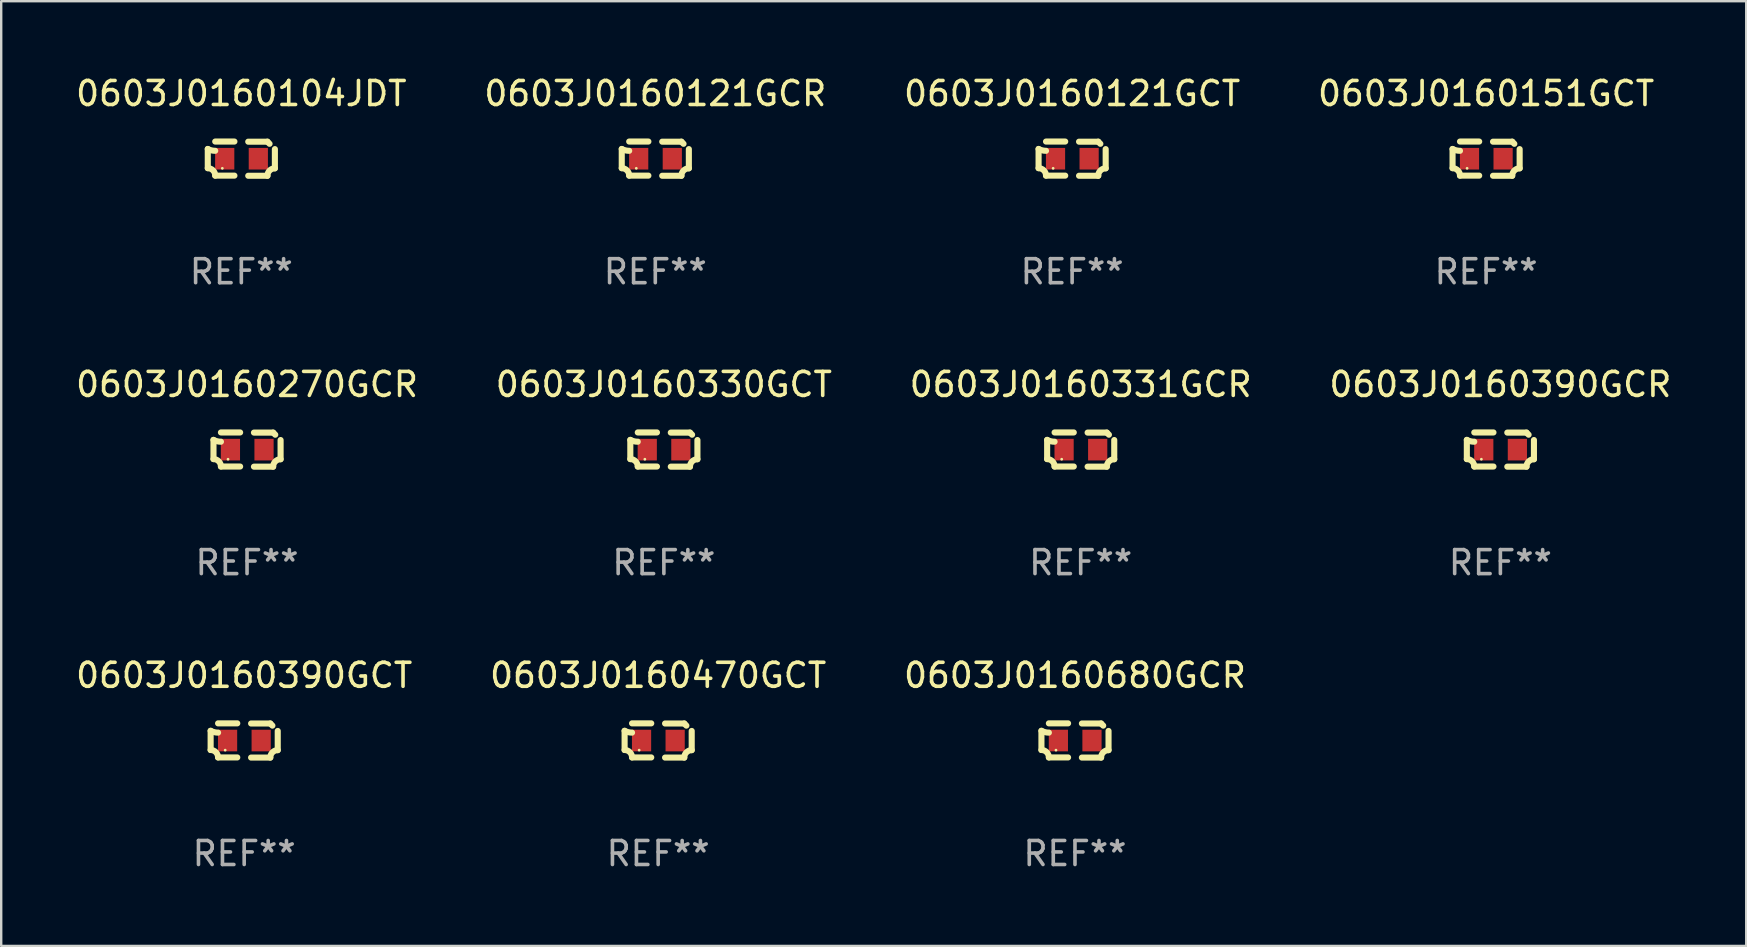
<source format=kicad_pcb>
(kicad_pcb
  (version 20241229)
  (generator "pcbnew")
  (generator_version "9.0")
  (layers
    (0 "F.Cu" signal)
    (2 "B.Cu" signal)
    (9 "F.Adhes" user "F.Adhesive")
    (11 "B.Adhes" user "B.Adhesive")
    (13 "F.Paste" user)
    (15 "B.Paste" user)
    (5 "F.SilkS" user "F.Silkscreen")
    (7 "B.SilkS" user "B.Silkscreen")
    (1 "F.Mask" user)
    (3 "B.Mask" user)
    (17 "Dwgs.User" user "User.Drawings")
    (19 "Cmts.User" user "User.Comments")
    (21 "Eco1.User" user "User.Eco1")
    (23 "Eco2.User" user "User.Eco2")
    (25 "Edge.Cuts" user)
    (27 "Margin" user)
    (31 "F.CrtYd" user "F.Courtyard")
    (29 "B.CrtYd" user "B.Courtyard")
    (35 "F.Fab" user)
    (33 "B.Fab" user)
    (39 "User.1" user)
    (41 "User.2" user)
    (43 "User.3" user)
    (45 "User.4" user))
  (footprint "0603J0160331GCR"
    (layer "F.Cu")
    (at 41.982 15.683)
    (property "Reference" "0603J0160331GCR" (at 0 -2.713 0) (layer "F.SilkS") (effects (font (size 1 1) (thickness 0.15))))
    (attr through_hole)
    (fp_line (start -1.398 -0.403) (end -1.398 0.397) (stroke (width 0.254) (type solid)) (layer "F.SilkS"))
    (fp_line (start -0.288 -0.713) (end -1.088 -0.713) (stroke (width 0.254) (type solid)) (layer "F.SilkS"))
    (fp_line (start -0.288 0.707) (end -1.088 0.707) (stroke (width 0.254) (type solid)) (layer "F.SilkS"))
    (fp_line (start 0.288 -0.707) (end 1.088 -0.707) (stroke (width 0.254) (type solid)) (layer "F.SilkS"))
    (fp_line (start 0.288 0.713) (end 1.088 0.713) (stroke (width 0.254) (type solid)) (layer "F.SilkS"))
    (fp_line (start 1.398 -0.397) (end 1.398 0.403) (stroke (width 0.254) (type solid)) (layer "F.SilkS"))
    (fp_arc (start -1.397789 0.397066) (mid -1.178701 0.487826) (end -1.08796 0.706922) (stroke (width 0.254001) (type solid)) (layer "F.SilkS"))
    (fp_arc (start -1.08796 -0.327176) (mid -1.247436 -0.346384) (end -1.39779 -0.402908) (stroke (width 0.254001) (type solid)) (layer "F.SilkS"))
    (fp_arc (start 1.087909 0.712738) (mid 1.178656 0.493655) (end 1.397739 0.402908) (stroke (width 0.254001) (type solid)) (layer "F.SilkS"))
    (fp_arc (start 1.175925 -0.618926) (mid 1.131917 -0.662923) (end 1.08791 -0.706922) (stroke (width 0.254001) (type solid)) (layer "F.SilkS"))
    (fp_circle (center -0.792 0.403) (end -0.762 0.403) (stroke (width 0.06) (type solid)) (fill no) (layer "F.SilkS"))
    (fp_text user "REF**" (at 0 4.713 0) (layer "F.Fab") (effects (font (size 1 1) (thickness 0.15))))
    (pad "1" smd rect (at -0.692 0.003) (size 0.8 0.9) (layers "F.Cu" "F.Mask" "F.Paste"))
    (pad "2" smd rect (at 0.708 0.003) (size 0.8 0.9) (layers "F.Cu" "F.Mask" "F.Paste")))
  (footprint "0603J0160390GCT"
    (layer "F.Cu")
    (at 7.125 27.805)
    (property "Reference" "0603J0160390GCT" (at 0 -2.713 0) (layer "F.SilkS") (effects (font (size 1 1) (thickness 0.15))))
    (attr through_hole)
    (fp_line (start -1.398 -0.403) (end -1.398 0.397) (stroke (width 0.254) (type solid)) (layer "F.SilkS"))
    (fp_line (start -0.288 -0.713) (end -1.088 -0.713) (stroke (width 0.254) (type solid)) (layer "F.SilkS"))
    (fp_line (start -0.288 0.707) (end -1.088 0.707) (stroke (width 0.254) (type solid)) (layer "F.SilkS"))
    (fp_line (start 0.288 -0.707) (end 1.088 -0.707) (stroke (width 0.254) (type solid)) (layer "F.SilkS"))
    (fp_line (start 0.288 0.713) (end 1.088 0.713) (stroke (width 0.254) (type solid)) (layer "F.SilkS"))
    (fp_line (start 1.398 -0.397) (end 1.398 0.403) (stroke (width 0.254) (type solid)) (layer "F.SilkS"))
    (fp_arc (start -1.397789 0.397066) (mid -1.178701 0.487826) (end -1.08796 0.706922) (stroke (width 0.254001) (type solid)) (layer "F.SilkS"))
    (fp_arc (start -1.08796 -0.327176) (mid -1.247436 -0.346384) (end -1.39779 -0.402908) (stroke (width 0.254001) (type solid)) (layer "F.SilkS"))
    (fp_arc (start 1.087909 0.712738) (mid 1.178656 0.493655) (end 1.397739 0.402908) (stroke (width 0.254001) (type solid)) (layer "F.SilkS"))
    (fp_arc (start 1.175925 -0.618926) (mid 1.131917 -0.662923) (end 1.08791 -0.706922) (stroke (width 0.254001) (type solid)) (layer "F.SilkS"))
    (fp_circle (center -0.792 0.403) (end -0.762 0.403) (stroke (width 0.06) (type solid)) (fill no) (layer "F.SilkS"))
    (fp_text user "REF**" (at 0 4.713 0) (layer "F.Fab") (effects (font (size 1 1) (thickness 0.15))))
    (pad "1" smd rect (at -0.692 0.003) (size 0.8 0.9) (layers "F.Cu" "F.Mask" "F.Paste"))
    (pad "2" smd rect (at 0.708 0.003) (size 0.8 0.9) (layers "F.Cu" "F.Mask" "F.Paste")))
  (footprint "0603J0160470GCT"
    (layer "F.Cu")
    (at 24.375 27.805)
    (property "Reference" "0603J0160470GCT" (at 0 -2.713 0) (layer "F.SilkS") (effects (font (size 1 1) (thickness 0.15))))
    (attr through_hole)
    (fp_line (start -1.398 -0.403) (end -1.398 0.397) (stroke (width 0.254) (type solid)) (layer "F.SilkS"))
    (fp_line (start -0.288 -0.713) (end -1.088 -0.713) (stroke (width 0.254) (type solid)) (layer "F.SilkS"))
    (fp_line (start -0.288 0.707) (end -1.088 0.707) (stroke (width 0.254) (type solid)) (layer "F.SilkS"))
    (fp_line (start 0.288 -0.707) (end 1.088 -0.707) (stroke (width 0.254) (type solid)) (layer "F.SilkS"))
    (fp_line (start 0.288 0.713) (end 1.088 0.713) (stroke (width 0.254) (type solid)) (layer "F.SilkS"))
    (fp_line (start 1.398 -0.397) (end 1.398 0.403) (stroke (width 0.254) (type solid)) (layer "F.SilkS"))
    (fp_arc (start -1.397789 0.397066) (mid -1.178701 0.487826) (end -1.08796 0.706922) (stroke (width 0.254001) (type solid)) (layer "F.SilkS"))
    (fp_arc (start -1.08796 -0.327176) (mid -1.247436 -0.346384) (end -1.39779 -0.402908) (stroke (width 0.254001) (type solid)) (layer "F.SilkS"))
    (fp_arc (start 1.087909 0.712738) (mid 1.178656 0.493655) (end 1.397739 0.402908) (stroke (width 0.254001) (type solid)) (layer "F.SilkS"))
    (fp_arc (start 1.175925 -0.618926) (mid 1.131917 -0.662923) (end 1.08791 -0.706922) (stroke (width 0.254001) (type solid)) (layer "F.SilkS"))
    (fp_circle (center -0.792 0.403) (end -0.762 0.403) (stroke (width 0.06) (type solid)) (fill no) (layer "F.SilkS"))
    (fp_text user "REF**" (at 0 4.713 0) (layer "F.Fab") (effects (font (size 1 1) (thickness 0.15))))
    (pad "1" smd rect (at -0.692 0.003) (size 0.8 0.9) (layers "F.Cu" "F.Mask" "F.Paste"))
    (pad "2" smd rect (at 0.708 0.003) (size 0.8 0.9) (layers "F.Cu" "F.Mask" "F.Paste")))
  (footprint "0603J0160104JDT"
    (layer "F.Cu")
    (at 7.006 3.561)
    (property "Reference" "0603J0160104JDT" (at 0 -2.713 0) (layer "F.SilkS") (effects (font (size 1 1) (thickness 0.15))))
    (attr through_hole)
    (fp_line (start -1.398 -0.403) (end -1.398 0.397) (stroke (width 0.254) (type solid)) (layer "F.SilkS"))
    (fp_line (start -0.288 -0.713) (end -1.088 -0.713) (stroke (width 0.254) (type solid)) (layer "F.SilkS"))
    (fp_line (start -0.288 0.707) (end -1.088 0.707) (stroke (width 0.254) (type solid)) (layer "F.SilkS"))
    (fp_line (start 0.288 -0.707) (end 1.088 -0.707) (stroke (width 0.254) (type solid)) (layer "F.SilkS"))
    (fp_line (start 0.288 0.713) (end 1.088 0.713) (stroke (width 0.254) (type solid)) (layer "F.SilkS"))
    (fp_line (start 1.398 -0.397) (end 1.398 0.403) (stroke (width 0.254) (type solid)) (layer "F.SilkS"))
    (fp_arc (start -1.397789 0.397066) (mid -1.178701 0.487826) (end -1.08796 0.706922) (stroke (width 0.254001) (type solid)) (layer "F.SilkS"))
    (fp_arc (start -1.08796 -0.327176) (mid -1.247436 -0.346384) (end -1.39779 -0.402908) (stroke (width 0.254001) (type solid)) (layer "F.SilkS"))
    (fp_arc (start 1.087909 0.712738) (mid 1.178656 0.493655) (end 1.397739 0.402908) (stroke (width 0.254001) (type solid)) (layer "F.SilkS"))
    (fp_arc (start 1.175925 -0.618926) (mid 1.131917 -0.662923) (end 1.08791 -0.706922) (stroke (width 0.254001) (type solid)) (layer "F.SilkS"))
    (fp_circle (center -0.792 0.403) (end -0.762 0.403) (stroke (width 0.06) (type solid)) (fill no) (layer "F.SilkS"))
    (fp_text user "REF**" (at 0 4.713 0) (layer "F.Fab") (effects (font (size 1 1) (thickness 0.15))))
    (pad "1" smd rect (at -0.692 0.003) (size 0.8 0.9) (layers "F.Cu" "F.Mask" "F.Paste"))
    (pad "2" smd rect (at 0.708 0.003) (size 0.8 0.9) (layers "F.Cu" "F.Mask" "F.Paste")))
  (footprint "0603J0160330GCT"
    (layer "F.Cu")
    (at 24.613 15.683)
    (property "Reference" "0603J0160330GCT" (at 0 -2.713 0) (layer "F.SilkS") (effects (font (size 1 1) (thickness 0.15))))
    (attr through_hole)
    (fp_line (start -1.398 -0.403) (end -1.398 0.397) (stroke (width 0.254) (type solid)) (layer "F.SilkS"))
    (fp_line (start -0.288 -0.713) (end -1.088 -0.713) (stroke (width 0.254) (type solid)) (layer "F.SilkS"))
    (fp_line (start -0.288 0.707) (end -1.088 0.707) (stroke (width 0.254) (type solid)) (layer "F.SilkS"))
    (fp_line (start 0.288 -0.707) (end 1.088 -0.707) (stroke (width 0.254) (type solid)) (layer "F.SilkS"))
    (fp_line (start 0.288 0.713) (end 1.088 0.713) (stroke (width 0.254) (type solid)) (layer "F.SilkS"))
    (fp_line (start 1.398 -0.397) (end 1.398 0.403) (stroke (width 0.254) (type solid)) (layer "F.SilkS"))
    (fp_arc (start -1.397789 0.397066) (mid -1.178701 0.487826) (end -1.08796 0.706922) (stroke (width 0.254001) (type solid)) (layer "F.SilkS"))
    (fp_arc (start -1.08796 -0.327176) (mid -1.247436 -0.346384) (end -1.39779 -0.402908) (stroke (width 0.254001) (type solid)) (layer "F.SilkS"))
    (fp_arc (start 1.087909 0.712738) (mid 1.178656 0.493655) (end 1.397739 0.402908) (stroke (width 0.254001) (type solid)) (layer "F.SilkS"))
    (fp_arc (start 1.175925 -0.618926) (mid 1.131917 -0.662923) (end 1.08791 -0.706922) (stroke (width 0.254001) (type solid)) (layer "F.SilkS"))
    (fp_circle (center -0.792 0.403) (end -0.762 0.403) (stroke (width 0.06) (type solid)) (fill no) (layer "F.SilkS"))
    (fp_text user "REF**" (at 0 4.713 0) (layer "F.Fab") (effects (font (size 1 1) (thickness 0.15))))
    (pad "1" smd rect (at -0.692 0.003) (size 0.8 0.9) (layers "F.Cu" "F.Mask" "F.Paste"))
    (pad "2" smd rect (at 0.708 0.003) (size 0.8 0.9) (layers "F.Cu" "F.Mask" "F.Paste")))
  (footprint "0603J0160121GCT"
    (layer "F.Cu")
    (at 41.625 3.561)
    (property "Reference" "0603J0160121GCT" (at 0 -2.713 0) (layer "F.SilkS") (effects (font (size 1 1) (thickness 0.15))))
    (attr through_hole)
    (fp_line (start -1.398 -0.403) (end -1.398 0.397) (stroke (width 0.254) (type solid)) (layer "F.SilkS"))
    (fp_line (start -0.288 -0.713) (end -1.088 -0.713) (stroke (width 0.254) (type solid)) (layer "F.SilkS"))
    (fp_line (start -0.288 0.707) (end -1.088 0.707) (stroke (width 0.254) (type solid)) (layer "F.SilkS"))
    (fp_line (start 0.288 -0.707) (end 1.088 -0.707) (stroke (width 0.254) (type solid)) (layer "F.SilkS"))
    (fp_line (start 0.288 0.713) (end 1.088 0.713) (stroke (width 0.254) (type solid)) (layer "F.SilkS"))
    (fp_line (start 1.398 -0.397) (end 1.398 0.403) (stroke (width 0.254) (type solid)) (layer "F.SilkS"))
    (fp_arc (start -1.397789 0.397066) (mid -1.178701 0.487826) (end -1.08796 0.706922) (stroke (width 0.254001) (type solid)) (layer "F.SilkS"))
    (fp_arc (start -1.08796 -0.327176) (mid -1.247436 -0.346384) (end -1.39779 -0.402908) (stroke (width 0.254001) (type solid)) (layer "F.SilkS"))
    (fp_arc (start 1.087909 0.712738) (mid 1.178656 0.493655) (end 1.397739 0.402908) (stroke (width 0.254001) (type solid)) (layer "F.SilkS"))
    (fp_arc (start 1.175925 -0.618926) (mid 1.131917 -0.662923) (end 1.08791 -0.706922) (stroke (width 0.254001) (type solid)) (layer "F.SilkS"))
    (fp_circle (center -0.792 0.403) (end -0.762 0.403) (stroke (width 0.06) (type solid)) (fill no) (layer "F.SilkS"))
    (fp_text user "REF**" (at 0 4.713 0) (layer "F.Fab") (effects (font (size 1 1) (thickness 0.15))))
    (pad "1" smd rect (at -0.692 0.003) (size 0.8 0.9) (layers "F.Cu" "F.Mask" "F.Paste"))
    (pad "2" smd rect (at 0.708 0.003) (size 0.8 0.9) (layers "F.Cu" "F.Mask" "F.Paste")))
  (footprint "0603J0160151GCT"
    (layer "F.Cu")
    (at 58.875 3.561)
    (property "Reference" "0603J0160151GCT" (at 0 -2.713 0) (layer "F.SilkS") (effects (font (size 1 1) (thickness 0.15))))
    (attr through_hole)
    (fp_line (start -1.398 -0.403) (end -1.398 0.397) (stroke (width 0.254) (type solid)) (layer "F.SilkS"))
    (fp_line (start -0.288 -0.713) (end -1.088 -0.713) (stroke (width 0.254) (type solid)) (layer "F.SilkS"))
    (fp_line (start -0.288 0.707) (end -1.088 0.707) (stroke (width 0.254) (type solid)) (layer "F.SilkS"))
    (fp_line (start 0.288 -0.707) (end 1.088 -0.707) (stroke (width 0.254) (type solid)) (layer "F.SilkS"))
    (fp_line (start 0.288 0.713) (end 1.088 0.713) (stroke (width 0.254) (type solid)) (layer "F.SilkS"))
    (fp_line (start 1.398 -0.397) (end 1.398 0.403) (stroke (width 0.254) (type solid)) (layer "F.SilkS"))
    (fp_arc (start -1.397789 0.397066) (mid -1.178701 0.487826) (end -1.08796 0.706922) (stroke (width 0.254001) (type solid)) (layer "F.SilkS"))
    (fp_arc (start -1.08796 -0.327176) (mid -1.247436 -0.346384) (end -1.39779 -0.402908) (stroke (width 0.254001) (type solid)) (layer "F.SilkS"))
    (fp_arc (start 1.087909 0.712738) (mid 1.178656 0.493655) (end 1.397739 0.402908) (stroke (width 0.254001) (type solid)) (layer "F.SilkS"))
    (fp_arc (start 1.175925 -0.618926) (mid 1.131917 -0.662923) (end 1.08791 -0.706922) (stroke (width 0.254001) (type solid)) (layer "F.SilkS"))
    (fp_circle (center -0.792 0.403) (end -0.762 0.403) (stroke (width 0.06) (type solid)) (fill no) (layer "F.SilkS"))
    (fp_text user "REF**" (at 0 4.713 0) (layer "F.Fab") (effects (font (size 1 1) (thickness 0.15))))
    (pad "1" smd rect (at -0.692 0.003) (size 0.8 0.9) (layers "F.Cu" "F.Mask" "F.Paste"))
    (pad "2" smd rect (at 0.708 0.003) (size 0.8 0.9) (layers "F.Cu" "F.Mask" "F.Paste")))
  (footprint "0603J0160680GCR"
    (layer "F.Cu")
    (at 41.744 27.805)
    (property "Reference" "0603J0160680GCR" (at 0 -2.713 0) (layer "F.SilkS") (effects (font (size 1 1) (thickness 0.15))))
    (attr through_hole)
    (fp_line (start -1.398 -0.403) (end -1.398 0.397) (stroke (width 0.254) (type solid)) (layer "F.SilkS"))
    (fp_line (start -0.288 -0.713) (end -1.088 -0.713) (stroke (width 0.254) (type solid)) (layer "F.SilkS"))
    (fp_line (start -0.288 0.707) (end -1.088 0.707) (stroke (width 0.254) (type solid)) (layer "F.SilkS"))
    (fp_line (start 0.288 -0.707) (end 1.088 -0.707) (stroke (width 0.254) (type solid)) (layer "F.SilkS"))
    (fp_line (start 0.288 0.713) (end 1.088 0.713) (stroke (width 0.254) (type solid)) (layer "F.SilkS"))
    (fp_line (start 1.398 -0.397) (end 1.398 0.403) (stroke (width 0.254) (type solid)) (layer "F.SilkS"))
    (fp_arc (start -1.397789 0.397066) (mid -1.178701 0.487826) (end -1.08796 0.706922) (stroke (width 0.254001) (type solid)) (layer "F.SilkS"))
    (fp_arc (start -1.08796 -0.327176) (mid -1.247436 -0.346384) (end -1.39779 -0.402908) (stroke (width 0.254001) (type solid)) (layer "F.SilkS"))
    (fp_arc (start 1.087909 0.712738) (mid 1.178656 0.493655) (end 1.397739 0.402908) (stroke (width 0.254001) (type solid)) (layer "F.SilkS"))
    (fp_arc (start 1.175925 -0.618926) (mid 1.131917 -0.662923) (end 1.08791 -0.706922) (stroke (width 0.254001) (type solid)) (layer "F.SilkS"))
    (fp_circle (center -0.792 0.403) (end -0.762 0.403) (stroke (width 0.06) (type solid)) (fill no) (layer "F.SilkS"))
    (fp_text user "REF**" (at 0 4.713 0) (layer "F.Fab") (effects (font (size 1 1) (thickness 0.15))))
    (pad "1" smd rect (at -0.692 0.003) (size 0.8 0.9) (layers "F.Cu" "F.Mask" "F.Paste"))
    (pad "2" smd rect (at 0.708 0.003) (size 0.8 0.9) (layers "F.Cu" "F.Mask" "F.Paste")))
  (footprint "0603J0160121GCR"
    (layer "F.Cu")
    (at 24.256 3.561)
    (property "Reference" "0603J0160121GCR" (at 0 -2.713 0) (layer "F.SilkS") (effects (font (size 1 1) (thickness 0.15))))
    (attr through_hole)
    (fp_line (start -1.398 -0.403) (end -1.398 0.397) (stroke (width 0.254) (type solid)) (layer "F.SilkS"))
    (fp_line (start -0.288 -0.713) (end -1.088 -0.713) (stroke (width 0.254) (type solid)) (layer "F.SilkS"))
    (fp_line (start -0.288 0.707) (end -1.088 0.707) (stroke (width 0.254) (type solid)) (layer "F.SilkS"))
    (fp_line (start 0.288 -0.707) (end 1.088 -0.707) (stroke (width 0.254) (type solid)) (layer "F.SilkS"))
    (fp_line (start 0.288 0.713) (end 1.088 0.713) (stroke (width 0.254) (type solid)) (layer "F.SilkS"))
    (fp_line (start 1.398 -0.397) (end 1.398 0.403) (stroke (width 0.254) (type solid)) (layer "F.SilkS"))
    (fp_arc (start -1.397789 0.397066) (mid -1.178701 0.487826) (end -1.08796 0.706922) (stroke (width 0.254001) (type solid)) (layer "F.SilkS"))
    (fp_arc (start -1.08796 -0.327176) (mid -1.247436 -0.346384) (end -1.39779 -0.402908) (stroke (width 0.254001) (type solid)) (layer "F.SilkS"))
    (fp_arc (start 1.087909 0.712738) (mid 1.178656 0.493655) (end 1.397739 0.402908) (stroke (width 0.254001) (type solid)) (layer "F.SilkS"))
    (fp_arc (start 1.175925 -0.618926) (mid 1.131917 -0.662923) (end 1.08791 -0.706922) (stroke (width 0.254001) (type solid)) (layer "F.SilkS"))
    (fp_circle (center -0.792 0.403) (end -0.762 0.403) (stroke (width 0.06) (type solid)) (fill no) (layer "F.SilkS"))
    (fp_text user "REF**" (at 0 4.713 0) (layer "F.Fab") (effects (font (size 1 1) (thickness 0.15))))
    (pad "1" smd rect (at -0.692 0.003) (size 0.8 0.9) (layers "F.Cu" "F.Mask" "F.Paste"))
    (pad "2" smd rect (at 0.708 0.003) (size 0.8 0.9) (layers "F.Cu" "F.Mask" "F.Paste")))
  (footprint "0603J0160390GCR"
    (layer "F.Cu")
    (at 59.47 15.683)
    (property "Reference" "0603J0160390GCR" (at 0 -2.713 0) (layer "F.SilkS") (effects (font (size 1 1) (thickness 0.15))))
    (attr through_hole)
    (fp_line (start -1.398 -0.403) (end -1.398 0.397) (stroke (width 0.254) (type solid)) (layer "F.SilkS"))
    (fp_line (start -0.288 -0.713) (end -1.088 -0.713) (stroke (width 0.254) (type solid)) (layer "F.SilkS"))
    (fp_line (start -0.288 0.707) (end -1.088 0.707) (stroke (width 0.254) (type solid)) (layer "F.SilkS"))
    (fp_line (start 0.288 -0.707) (end 1.088 -0.707) (stroke (width 0.254) (type solid)) (layer "F.SilkS"))
    (fp_line (start 0.288 0.713) (end 1.088 0.713) (stroke (width 0.254) (type solid)) (layer "F.SilkS"))
    (fp_line (start 1.398 -0.397) (end 1.398 0.403) (stroke (width 0.254) (type solid)) (layer "F.SilkS"))
    (fp_arc (start -1.397789 0.397066) (mid -1.178701 0.487826) (end -1.08796 0.706922) (stroke (width 0.254001) (type solid)) (layer "F.SilkS"))
    (fp_arc (start -1.08796 -0.327176) (mid -1.247436 -0.346384) (end -1.39779 -0.402908) (stroke (width 0.254001) (type solid)) (layer "F.SilkS"))
    (fp_arc (start 1.087909 0.712738) (mid 1.178656 0.493655) (end 1.397739 0.402908) (stroke (width 0.254001) (type solid)) (layer "F.SilkS"))
    (fp_arc (start 1.175925 -0.618926) (mid 1.131917 -0.662923) (end 1.08791 -0.706922) (stroke (width 0.254001) (type solid)) (layer "F.SilkS"))
    (fp_circle (center -0.792 0.403) (end -0.762 0.403) (stroke (width 0.06) (type solid)) (fill no) (layer "F.SilkS"))
    (fp_text user "REF**" (at 0 4.713 0) (layer "F.Fab") (effects (font (size 1 1) (thickness 0.15))))
    (pad "1" smd rect (at -0.692 0.003) (size 0.8 0.9) (layers "F.Cu" "F.Mask" "F.Paste"))
    (pad "2" smd rect (at 0.708 0.003) (size 0.8 0.9) (layers "F.Cu" "F.Mask" "F.Paste")))
  (footprint "0603J0160270GCR"
    (layer "F.Cu")
    (at 7.244 15.683)
    (property "Reference" "0603J0160270GCR" (at 0 -2.713 0) (layer "F.SilkS") (effects (font (size 1 1) (thickness 0.15))))
    (attr through_hole)
    (fp_line (start -1.398 -0.403) (end -1.398 0.397) (stroke (width 0.254) (type solid)) (layer "F.SilkS"))
    (fp_line (start -0.288 -0.713) (end -1.088 -0.713) (stroke (width 0.254) (type solid)) (layer "F.SilkS"))
    (fp_line (start -0.288 0.707) (end -1.088 0.707) (stroke (width 0.254) (type solid)) (layer "F.SilkS"))
    (fp_line (start 0.288 -0.707) (end 1.088 -0.707) (stroke (width 0.254) (type solid)) (layer "F.SilkS"))
    (fp_line (start 0.288 0.713) (end 1.088 0.713) (stroke (width 0.254) (type solid)) (layer "F.SilkS"))
    (fp_line (start 1.398 -0.397) (end 1.398 0.403) (stroke (width 0.254) (type solid)) (layer "F.SilkS"))
    (fp_arc (start -1.397789 0.397066) (mid -1.178701 0.487826) (end -1.08796 0.706922) (stroke (width 0.254001) (type solid)) (layer "F.SilkS"))
    (fp_arc (start -1.08796 -0.327176) (mid -1.247436 -0.346384) (end -1.39779 -0.402908) (stroke (width 0.254001) (type solid)) (layer "F.SilkS"))
    (fp_arc (start 1.087909 0.712738) (mid 1.178656 0.493655) (end 1.397739 0.402908) (stroke (width 0.254001) (type solid)) (layer "F.SilkS"))
    (fp_arc (start 1.175925 -0.618926) (mid 1.131917 -0.662923) (end 1.08791 -0.706922) (stroke (width 0.254001) (type solid)) (layer "F.SilkS"))
    (fp_circle (center -0.792 0.403) (end -0.762 0.403) (stroke (width 0.06) (type solid)) (fill no) (layer "F.SilkS"))
    (fp_text user "REF**" (at 0 4.713 0) (layer "F.Fab") (effects (font (size 1 1) (thickness 0.15))))
    (pad "1" smd rect (at -0.692 0.003) (size 0.8 0.9) (layers "F.Cu" "F.Mask" "F.Paste"))
    (pad "2" smd rect (at 0.708 0.003) (size 0.8 0.9) (layers "F.Cu" "F.Mask" "F.Paste")))
  (gr_rect
    (start -3 -3)
    (end 69.714 36.366)
    (stroke (width 0.1) (type default))
    (fill no)
    (layer "Edge.Cuts")))
</source>
